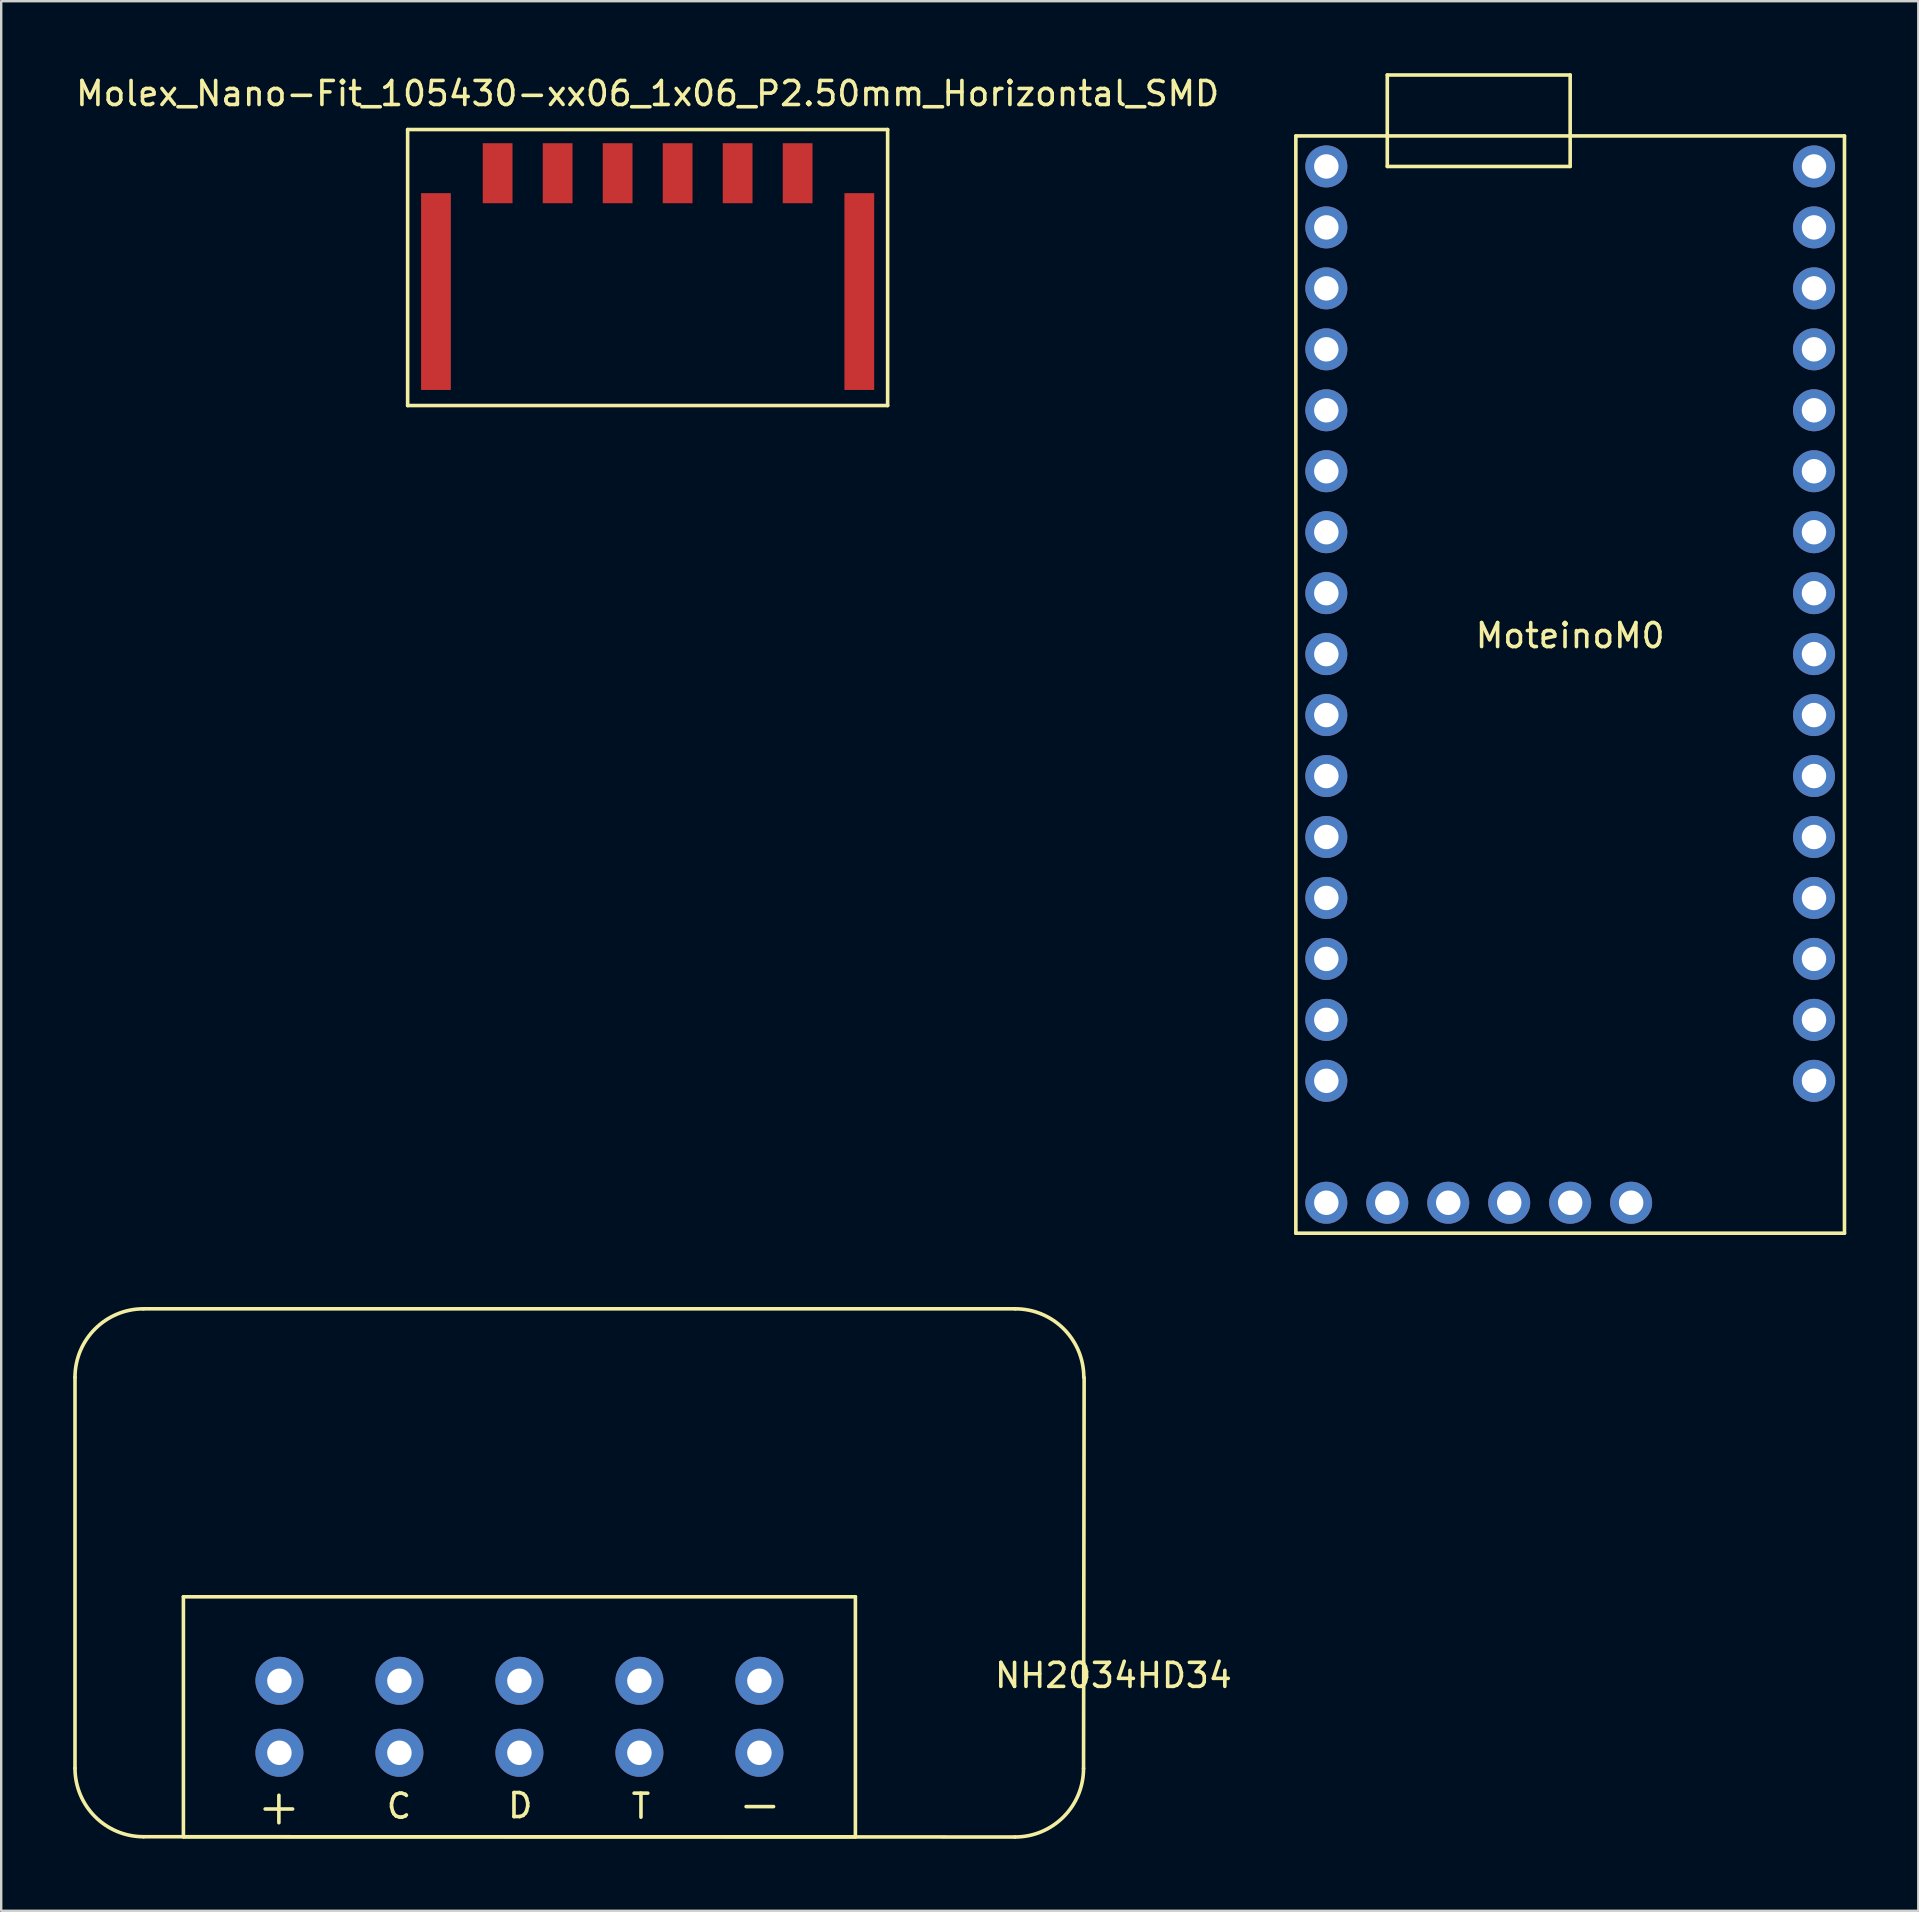
<source format=kicad_pcb>
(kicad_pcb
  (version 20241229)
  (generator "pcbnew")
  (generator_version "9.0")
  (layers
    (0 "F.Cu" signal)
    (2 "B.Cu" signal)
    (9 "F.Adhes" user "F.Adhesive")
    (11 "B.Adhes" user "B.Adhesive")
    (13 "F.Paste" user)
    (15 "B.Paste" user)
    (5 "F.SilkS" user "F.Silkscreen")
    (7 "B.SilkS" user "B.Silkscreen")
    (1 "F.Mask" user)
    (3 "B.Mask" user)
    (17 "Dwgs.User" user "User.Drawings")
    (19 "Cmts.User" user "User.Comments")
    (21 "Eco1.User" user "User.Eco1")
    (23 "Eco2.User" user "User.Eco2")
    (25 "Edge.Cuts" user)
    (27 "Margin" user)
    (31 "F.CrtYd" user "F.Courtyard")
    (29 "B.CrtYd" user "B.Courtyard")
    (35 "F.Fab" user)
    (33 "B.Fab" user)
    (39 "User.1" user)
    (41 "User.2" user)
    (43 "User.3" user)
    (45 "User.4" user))
  (footprint "Molex_Nano-Fit_105430-xx06_1x06_P2.50mm_Horizontal_SMD"
    (layer "F.Cu")
    (at 23.935 9.098)
    (property "Reference" "Molex_Nano-Fit_105430-xx06_1x06_P2.50mm_Horizontal_SMD" (at 0 -8.25 0) (layer "F.SilkS") (effects (font (size 1 1) (thickness 0.15))))
    (attr through_hole)
    (fp_line (start -10 -6.75) (end -10 4.75) (stroke (width 0.15) (type solid)) (layer "F.SilkS"))
    (fp_line (start -10 -6.75) (end 10 -6.75) (stroke (width 0.15) (type solid)) (layer "F.SilkS"))
    (fp_line (start 10 -6.75) (end 10 4.75) (stroke (width 0.15) (type solid)) (layer "F.SilkS"))
    (fp_line (start 10 4.75) (end -10 4.75) (stroke (width 0.15) (type solid)) (layer "F.SilkS"))
    (pad "" smd rect (at -8.82 0) (size 1.24 8.2) (layers "F.Cu" "F.Mask" "F.Paste"))
    (pad "" smd rect (at 8.82 0) (size 1.24 8.2) (layers "F.Cu" "F.Mask" "F.Paste"))
    (pad "1" smd rect (at -6.25 -4.93) (size 1.24 2.5) (layers "F.Cu" "F.Mask" "F.Paste"))
    (pad "2" smd rect (at -3.75 -4.93) (size 1.24 2.5) (layers "F.Cu" "F.Mask" "F.Paste"))
    (pad "3" smd rect (at -1.25 -4.93) (size 1.24 2.5) (layers "F.Cu" "F.Mask" "F.Paste"))
    (pad "4" smd rect (at 1.25 -4.93) (size 1.24 2.5) (layers "F.Cu" "F.Mask" "F.Paste"))
    (pad "5" smd rect (at 3.75 -4.93) (size 1.24 2.5) (layers "F.Cu" "F.Mask" "F.Paste"))
    (pad "6" smd rect (at 6.25 -4.93) (size 1.24 2.5) (layers "F.Cu" "F.Mask" "F.Paste")))
  (footprint "MoteinoM0"
    (layer "F.Cu")
    (at 62.374 22.935)
    (property "Reference" "MoteinoM0" (at 0 0.5 0) (layer "F.SilkS") (effects (font (size 1 1) (thickness 0.15))))
    (attr through_hole)
    (fp_line (start -11.43 -20.32) (end 11.43 -20.32) (stroke (width 0.15) (type solid)) (layer "F.SilkS"))
    (fp_line (start -11.43 25.4) (end -11.43 -20.32) (stroke (width 0.15) (type solid)) (layer "F.SilkS"))
    (fp_line (start -7.62 -22.86) (end 0 -22.86) (stroke (width 0.15) (type solid)) (layer "F.SilkS"))
    (fp_line (start -7.62 -19.05) (end -7.62 -22.86) (stroke (width 0.15) (type solid)) (layer "F.SilkS"))
    (fp_line (start 0 -22.86) (end 0 -19.05) (stroke (width 0.15) (type solid)) (layer "F.SilkS"))
    (fp_line (start 0 -19.05) (end -7.62 -19.05) (stroke (width 0.15) (type solid)) (layer "F.SilkS"))
    (fp_line (start 11.43 -20.32) (end 11.43 25.4) (stroke (width 0.15) (type solid)) (layer "F.SilkS"))
    (fp_line (start 11.43 25.4) (end -11.43 25.4) (stroke (width 0.15) (type solid)) (layer "F.SilkS"))
    (pad "1" thru_hole circle (at -10.16 -19.05) (size 1.75 1.75) (drill 1.02) (layers "*.Cu" "*.Mask"))
    (pad "2" thru_hole circle (at -10.16 -16.51) (size 1.75 1.75) (drill 1.02) (layers "*.Cu" "*.Mask"))
    (pad "3" thru_hole circle (at -10.16 -13.97) (size 1.75 1.75) (drill 1.02) (layers "*.Cu" "*.Mask"))
    (pad "4" thru_hole circle (at -10.16 -11.43) (size 1.75 1.75) (drill 1.02) (layers "*.Cu" "*.Mask"))
    (pad "5" thru_hole circle (at -10.16 -8.89) (size 1.75 1.75) (drill 1.02) (layers "*.Cu" "*.Mask"))
    (pad "6" thru_hole circle (at -10.16 -6.35) (size 1.75 1.75) (drill 1.02) (layers "*.Cu" "*.Mask"))
    (pad "7" thru_hole circle (at -10.16 -3.81) (size 1.75 1.75) (drill 1.02) (layers "*.Cu" "*.Mask"))
    (pad "8" thru_hole circle (at -10.16 -1.27) (size 1.75 1.75) (drill 1.02) (layers "*.Cu" "*.Mask"))
    (pad "9" thru_hole circle (at -10.16 1.27) (size 1.75 1.75) (drill 1.02) (layers "*.Cu" "*.Mask"))
    (pad "10" thru_hole circle (at -10.16 3.81) (size 1.75 1.75) (drill 1.02) (layers "*.Cu" "*.Mask"))
    (pad "11" thru_hole circle (at -10.16 6.35) (size 1.75 1.75) (drill 1.02) (layers "*.Cu" "*.Mask"))
    (pad "12" thru_hole circle (at -10.16 8.89) (size 1.75 1.75) (drill 1.02) (layers "*.Cu" "*.Mask"))
    (pad "13" thru_hole circle (at -10.16 11.43) (size 1.75 1.75) (drill 1.02) (layers "*.Cu" "*.Mask"))
    (pad "14" thru_hole circle (at -10.16 13.97) (size 1.75 1.75) (drill 1.02) (layers "*.Cu" "*.Mask"))
    (pad "15" thru_hole circle (at -10.16 16.51) (size 1.75 1.75) (drill 1.02) (layers "*.Cu" "*.Mask"))
    (pad "16" thru_hole circle (at -10.16 19.05) (size 1.75 1.75) (drill 1.02) (layers "*.Cu" "*.Mask"))
    (pad "17" thru_hole circle (at 10.16 19.05) (size 1.75 1.75) (drill 1.02) (layers "*.Cu" "*.Mask"))
    (pad "18" thru_hole circle (at 10.16 16.51) (size 1.75 1.75) (drill 1.02) (layers "*.Cu" "*.Mask"))
    (pad "19" thru_hole circle (at 10.16 13.97) (size 1.75 1.75) (drill 1.02) (layers "*.Cu" "*.Mask"))
    (pad "20" thru_hole circle (at 10.16 11.43) (size 1.75 1.75) (drill 1.02) (layers "*.Cu" "*.Mask"))
    (pad "21" thru_hole circle (at 10.16 8.89) (size 1.75 1.75) (drill 1.02) (layers "*.Cu" "*.Mask"))
    (pad "22" thru_hole circle (at 10.16 6.35) (size 1.75 1.75) (drill 1.02) (layers "*.Cu" "*.Mask"))
    (pad "23" thru_hole circle (at 10.16 3.81) (size 1.75 1.75) (drill 1.02) (layers "*.Cu" "*.Mask"))
    (pad "24" thru_hole circle (at 10.16 1.27) (size 1.75 1.75) (drill 1.02) (layers "*.Cu" "*.Mask"))
    (pad "25" thru_hole circle (at 10.16 -1.27) (size 1.75 1.75) (drill 1.02) (layers "*.Cu" "*.Mask"))
    (pad "26" thru_hole circle (at 10.16 -3.81) (size 1.75 1.75) (drill 1.02) (layers "*.Cu" "*.Mask"))
    (pad "27" thru_hole circle (at 10.16 -6.35) (size 1.75 1.75) (drill 1.02) (layers "*.Cu" "*.Mask"))
    (pad "28" thru_hole circle (at 10.16 -8.89) (size 1.75 1.75) (drill 1.02) (layers "*.Cu" "*.Mask"))
    (pad "29" thru_hole circle (at 10.16 -11.43) (size 1.75 1.75) (drill 1.02) (layers "*.Cu" "*.Mask"))
    (pad "30" thru_hole circle (at 10.16 -13.97) (size 1.75 1.75) (drill 1.02) (layers "*.Cu" "*.Mask"))
    (pad "31" thru_hole circle (at 10.16 -16.51) (size 1.75 1.75) (drill 1.02) (layers "*.Cu" "*.Mask"))
    (pad "32" thru_hole circle (at 10.16 -19.05) (size 1.75 1.75) (drill 1.02) (layers "*.Cu" "*.Mask"))
    (pad "33" thru_hole circle (at -10.16 24.13) (size 1.75 1.75) (drill 1.02) (layers "*.Cu" "*.Mask"))
    (pad "34" thru_hole circle (at -7.62 24.13) (size 1.75 1.75) (drill 1.02) (layers "*.Cu" "*.Mask"))
    (pad "35" thru_hole circle (at -5.08 24.13) (size 1.75 1.75) (drill 1.02) (layers "*.Cu" "*.Mask"))
    (pad "36" thru_hole circle (at -2.54 24.13) (size 1.75 1.75) (drill 1.02) (layers "*.Cu" "*.Mask"))
    (pad "37" thru_hole circle (at 0 24.13) (size 1.75 1.75) (drill 1.02) (layers "*.Cu" "*.Mask"))
    (pad "38" thru_hole circle (at 2.54 24.13) (size 1.75 1.75) (drill 1.02) (layers "*.Cu" "*.Mask")))
  (footprint "NH2034HD34"
    (layer "F.Cu")
    (at 21.092 62.483)
    (property "Reference" "NH2034HD34" (at 22.25 4.278 0) (layer "F.SilkS") (effects (font (size 1 1) (thickness 0.15))))
    (attr through_hole)
    (fp_line (start -21.017 8.142) (end -21.017 -8.142) (stroke (width 0.15) (type solid)) (layer "F.SilkS"))
    (fp_line (start -18.161 -10.998) (end 18.161 -10.998) (stroke (width 0.15) (type solid)) (layer "F.SilkS"))
    (fp_line (start -16.5 1) (end 11.5 1) (stroke (width 0.15) (type solid)) (layer "F.SilkS"))
    (fp_line (start -16.5 11) (end -16.5 1) (stroke (width 0.15) (type solid)) (layer "F.SilkS"))
    (fp_line (start 11.5 1) (end 11.5 11) (stroke (width 0.15) (type solid)) (layer "F.SilkS"))
    (fp_line (start 11.5 11) (end -16.5 11) (stroke (width 0.15) (type solid)) (layer "F.SilkS"))
    (fp_line (start 18.15 11.009) (end -18.161 10.998) (stroke (width 0.15) (type solid)) (layer "F.SilkS"))
    (fp_line (start 21.031 -8.128) (end 21.006 8.153) (stroke (width 0.15) (type solid)) (layer "F.SilkS"))
    (fp_arc (start -21.017 -8.1422) (mid -20.180497 -10.161697) (end -18.161 -10.9982) (stroke (width 0.15) (type solid)) (layer "F.SilkS"))
    (fp_arc (start -18.161 10.9982) (mid -20.180497 10.161697) (end -21.017 8.1422) (stroke (width 0.15) (type solid)) (layer "F.SilkS"))
    (fp_arc (start 18.161 -10.9982) (mid 20.180497 -10.161697) (end 21.017 -8.1422) (stroke (width 0.15) (type solid)) (layer "F.SilkS"))
    (fp_arc (start 21.0058 8.1534) (mid 20.169297 10.172897) (end 18.1498 11.0094) (stroke (width 0.15) (type solid)) (layer "F.SilkS"))
    (fp_text user "D" (at -2.464 9.703 0) (layer "F.SilkS") (effects (font (size 1 1) (thickness 0.15))))
    (fp_text user "T" (at 2.565 9.728 0) (layer "F.SilkS") (effects (font (size 1 1) (thickness 0.15))))
    (fp_text user "+" (at -12.522 9.728 0) (layer "F.SilkS") (effects (font (size 1.5 1.5) (thickness 0.15))))
    (fp_text user "-" (at 7.518 9.627 0) (layer "F.SilkS") (effects (font (size 1.5 1.5) (thickness 0.15))))
    (fp_text user "C" (at -7.518 9.728 0) (layer "F.SilkS") (effects (font (size 1 1) (thickness 0.15))))
    (pad "1" thru_hole circle (at -12.5 7.5) (size 2 2) (drill 1.02) (layers "*.Cu" "*.Mask"))
    (pad "2" thru_hole circle (at -12.5 4.5) (size 2 2) (drill 1.02) (layers "*.Cu" "*.Mask"))
    (pad "3" thru_hole circle (at -7.5 7.5) (size 2 2) (drill 1.02) (layers "*.Cu" "*.Mask"))
    (pad "4" thru_hole circle (at -7.5 4.5) (size 2 2) (drill 1.02) (layers "*.Cu" "*.Mask"))
    (pad "5" thru_hole circle (at -2.5 7.5) (size 2 2) (drill 1.02) (layers "*.Cu" "*.Mask"))
    (pad "6" thru_hole circle (at -2.5 4.5) (size 2 2) (drill 1.02) (layers "*.Cu" "*.Mask"))
    (pad "7" thru_hole circle (at 2.5 7.5) (size 2 2) (drill 1.02) (layers "*.Cu" "*.Mask"))
    (pad "8" thru_hole circle (at 2.5 4.5) (size 2 2) (drill 1.02) (layers "*.Cu" "*.Mask"))
    (pad "9" thru_hole circle (at 7.5 7.5) (size 2 2) (drill 1.02) (layers "*.Cu" "*.Mask"))
    (pad "10" thru_hole circle (at 7.5 4.5) (size 2 2) (drill 1.02) (layers "*.Cu" "*.Mask")))
  (gr_rect
    (start -3 -3)
    (end 76.879 76.568)
    (stroke (width 0.1) (type default))
    (fill no)
    (layer "Edge.Cuts")))
</source>
